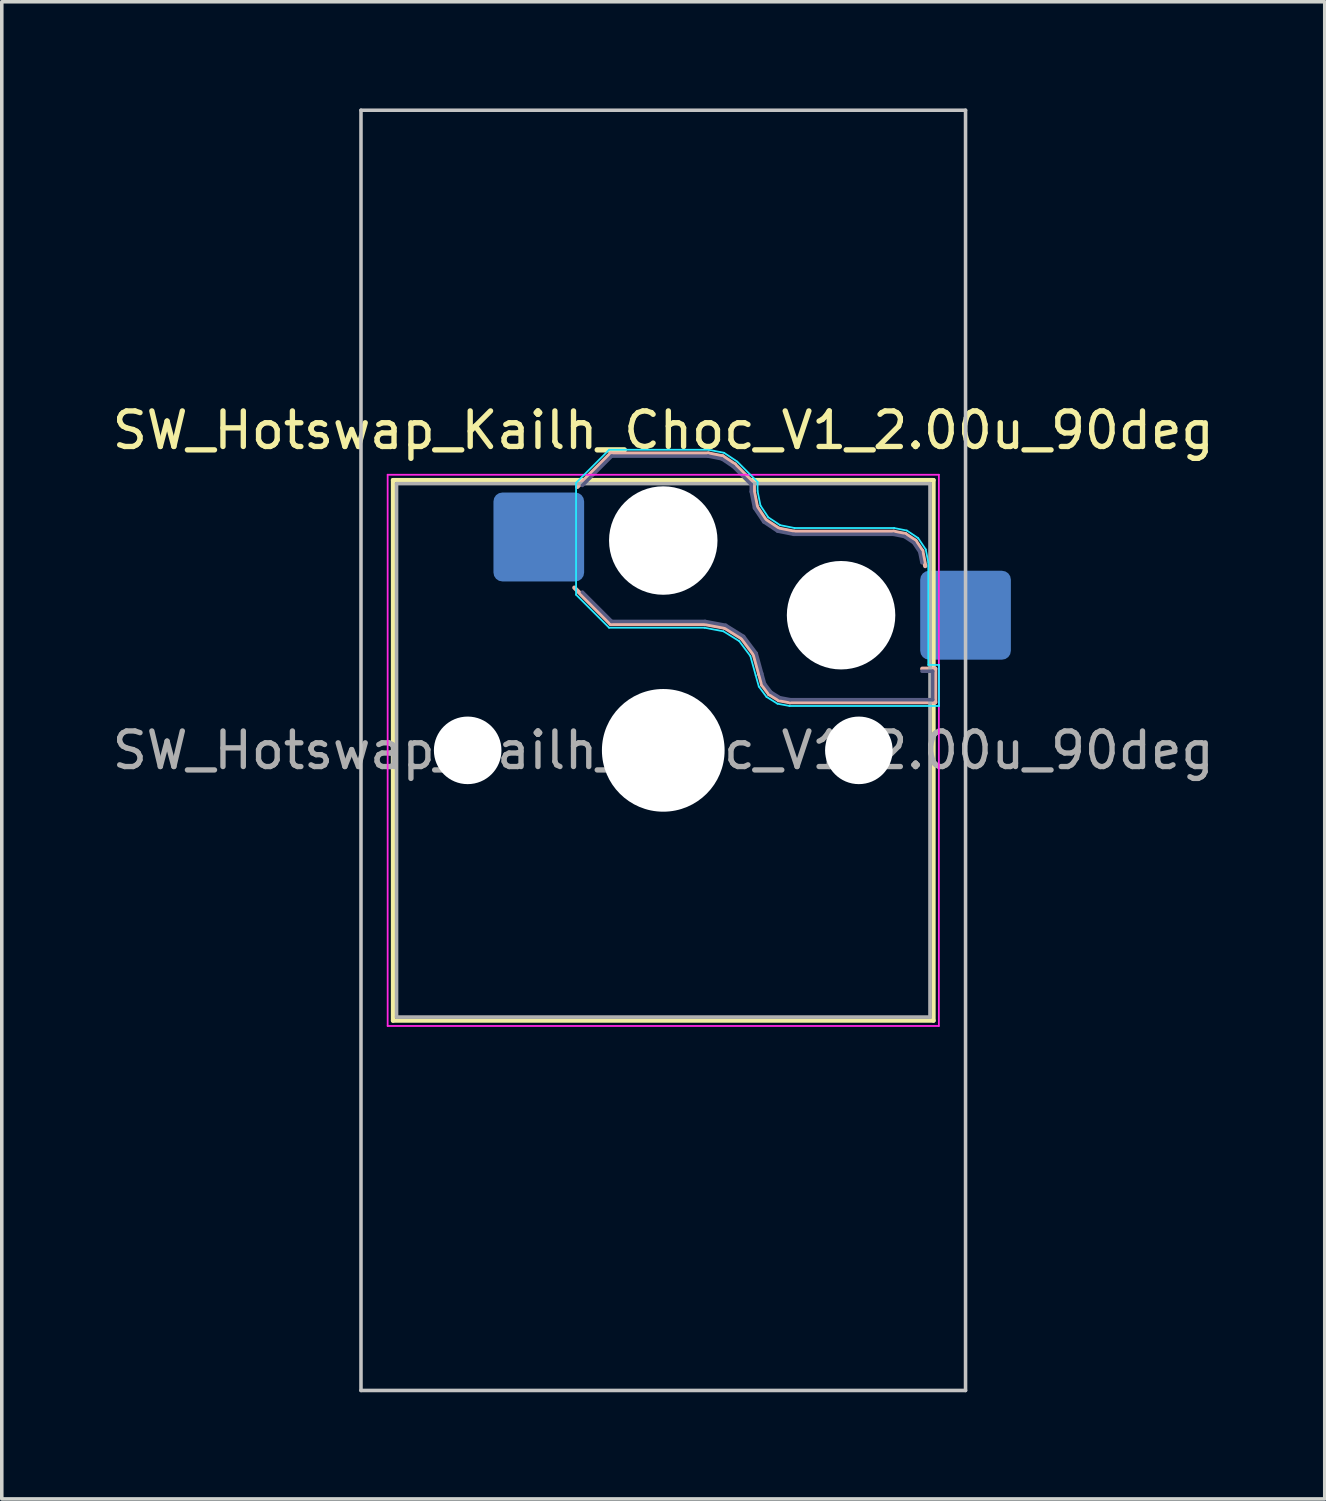
<source format=kicad_pcb>
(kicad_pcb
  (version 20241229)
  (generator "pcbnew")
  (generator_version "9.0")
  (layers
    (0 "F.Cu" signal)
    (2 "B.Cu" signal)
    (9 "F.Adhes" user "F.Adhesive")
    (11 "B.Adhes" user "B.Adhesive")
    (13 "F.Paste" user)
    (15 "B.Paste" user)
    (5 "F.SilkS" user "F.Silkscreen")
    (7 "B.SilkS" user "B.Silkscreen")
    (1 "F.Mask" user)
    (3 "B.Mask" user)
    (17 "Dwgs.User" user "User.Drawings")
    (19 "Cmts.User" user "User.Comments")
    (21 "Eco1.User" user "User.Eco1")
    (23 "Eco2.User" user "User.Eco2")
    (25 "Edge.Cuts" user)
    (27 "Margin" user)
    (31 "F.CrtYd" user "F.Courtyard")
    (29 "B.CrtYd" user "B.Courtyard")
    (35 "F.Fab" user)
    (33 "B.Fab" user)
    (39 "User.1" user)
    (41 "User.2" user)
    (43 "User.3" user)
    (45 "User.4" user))
  (footprint "SW_Hotswap_Kailh_Choc_V1_2.00u_90deg"
    (layer "F.Cu")
    (at 15.601 18.05)
    (property "Reference" "SW_Hotswap_Kailh_Choc_V1_2.00u_90deg" (at 0 -9 0) (layer "F.SilkS") (effects (font (size 1 1) (thickness 0.15))))
    (attr smd)
    (fp_line (start -7.6 -7.6) (end -7.6 7.6) (stroke (width 0.12) (type solid)) (layer "F.SilkS"))
    (fp_line (start -7.6 7.6) (end 7.6 7.6) (stroke (width 0.12) (type solid)) (layer "F.SilkS"))
    (fp_line (start 7.6 -7.6) (end -7.6 -7.6) (stroke (width 0.12) (type solid)) (layer "F.SilkS"))
    (fp_line (start 7.6 7.6) (end 7.6 -7.6) (stroke (width 0.12) (type solid)) (layer "F.SilkS"))
    (fp_line (start -2.416 -7.409) (end -1.479 -8.346) (stroke (width 0.12) (type solid)) (layer "B.SilkS"))
    (fp_line (start -1.479 -8.346) (end 1.268 -8.346) (stroke (width 0.12) (type solid)) (layer "B.SilkS"))
    (fp_line (start -1.479 -3.554) (end -2.5 -4.575) (stroke (width 0.12) (type solid)) (layer "B.SilkS"))
    (fp_line (start 1.168 -3.554) (end -1.479 -3.554) (stroke (width 0.12) (type solid)) (layer "B.SilkS"))
    (fp_line (start 1.268 -8.346) (end 1.671 -8.266) (stroke (width 0.12) (type solid)) (layer "B.SilkS"))
    (fp_line (start 1.671 -8.266) (end 2.013 -8.037) (stroke (width 0.12) (type solid)) (layer "B.SilkS"))
    (fp_line (start 1.73 -3.449) (end 1.168 -3.554) (stroke (width 0.12) (type solid)) (layer "B.SilkS"))
    (fp_line (start 2.013 -8.037) (end 2.546 -7.504) (stroke (width 0.12) (type solid)) (layer "B.SilkS"))
    (fp_line (start 2.209 -3.15) (end 1.73 -3.449) (stroke (width 0.12) (type solid)) (layer "B.SilkS"))
    (fp_line (start 2.546 -7.504) (end 2.546 -7.282) (stroke (width 0.12) (type solid)) (layer "B.SilkS"))
    (fp_line (start 2.546 -7.282) (end 2.633 -6.844) (stroke (width 0.12) (type solid)) (layer "B.SilkS"))
    (fp_line (start 2.547 -2.697) (end 2.209 -3.15) (stroke (width 0.12) (type solid)) (layer "B.SilkS"))
    (fp_line (start 2.633 -6.844) (end 2.877 -6.477) (stroke (width 0.12) (type solid)) (layer "B.SilkS"))
    (fp_line (start 2.701 -2.139) (end 2.547 -2.697) (stroke (width 0.12) (type solid)) (layer "B.SilkS"))
    (fp_line (start 2.783 -1.841) (end 2.701 -2.139) (stroke (width 0.12) (type solid)) (layer "B.SilkS"))
    (fp_line (start 2.877 -6.477) (end 3.244 -6.233) (stroke (width 0.12) (type solid)) (layer "B.SilkS"))
    (fp_line (start 2.976 -1.583) (end 2.783 -1.841) (stroke (width 0.12) (type solid)) (layer "B.SilkS"))
    (fp_line (start 3.244 -6.233) (end 3.682 -6.146) (stroke (width 0.12) (type solid)) (layer "B.SilkS"))
    (fp_line (start 3.25 -1.413) (end 2.976 -1.583) (stroke (width 0.12) (type solid)) (layer "B.SilkS"))
    (fp_line (start 3.56 -1.354) (end 3.25 -1.413) (stroke (width 0.12) (type solid)) (layer "B.SilkS"))
    (fp_line (start 3.682 -6.146) (end 6.482 -6.146) (stroke (width 0.12) (type solid)) (layer "B.SilkS"))
    (fp_line (start 6.482 -6.146) (end 6.809 -6.081) (stroke (width 0.12) (type solid)) (layer "B.SilkS"))
    (fp_line (start 6.809 -6.081) (end 7.092 -5.892) (stroke (width 0.12) (type solid)) (layer "B.SilkS"))
    (fp_line (start 7.092 -5.892) (end 7.281 -5.609) (stroke (width 0.12) (type solid)) (layer "B.SilkS"))
    (fp_line (start 7.281 -5.609) (end 7.366 -5.182) (stroke (width 0.12) (type solid)) (layer "B.SilkS"))
    (fp_line (start 7.283 -2.296) (end 7.646 -2.296) (stroke (width 0.12) (type solid)) (layer "B.SilkS"))
    (fp_line (start 7.646 -2.296) (end 7.646 -1.354) (stroke (width 0.12) (type solid)) (layer "B.SilkS"))
    (fp_line (start 7.646 -1.354) (end 3.56 -1.354) (stroke (width 0.12) (type solid)) (layer "B.SilkS"))
    (fp_line (start -8.5 -18) (end 8.5 -18) (stroke (width 0.1) (type solid)) (layer "Dwgs.User"))
    (fp_line (start -8.5 18) (end -8.5 -18) (stroke (width 0.1) (type solid)) (layer "Dwgs.User"))
    (fp_line (start 8.5 -18) (end 8.5 18) (stroke (width 0.1) (type solid)) (layer "Dwgs.User"))
    (fp_line (start 8.5 18) (end -8.5 18) (stroke (width 0.1) (type solid)) (layer "Dwgs.User"))
    (fp_line (start -7.25 -7.25) (end -7.25 7.25) (stroke (width 0.1) (type solid)) (layer "Eco1.User"))
    (fp_line (start -7.25 7.25) (end 7.25 7.25) (stroke (width 0.1) (type solid)) (layer "Eco1.User"))
    (fp_line (start 7.25 -7.25) (end -7.25 -7.25) (stroke (width 0.1) (type solid)) (layer "Eco1.User"))
    (fp_line (start 7.25 7.25) (end 7.25 -7.25) (stroke (width 0.1) (type solid)) (layer "Eco1.User"))
    (fp_line (start -2.452 -7.523) (end -1.523 -8.452) (stroke (width 0.05) (type solid)) (layer "B.CrtYd"))
    (fp_line (start -2.452 -4.377) (end -2.452 -7.523) (stroke (width 0.05) (type solid)) (layer "B.CrtYd"))
    (fp_line (start -1.523 -8.452) (end 1.278 -8.452) (stroke (width 0.05) (type solid)) (layer "B.CrtYd"))
    (fp_line (start -1.523 -3.448) (end -2.452 -4.377) (stroke (width 0.05) (type solid)) (layer "B.CrtYd"))
    (fp_line (start 1.159 -3.448) (end -1.523 -3.448) (stroke (width 0.05) (type solid)) (layer "B.CrtYd"))
    (fp_line (start 1.278 -8.452) (end 1.712 -8.366) (stroke (width 0.05) (type solid)) (layer "B.CrtYd"))
    (fp_line (start 1.691 -3.348) (end 1.159 -3.448) (stroke (width 0.05) (type solid)) (layer "B.CrtYd"))
    (fp_line (start 1.712 -8.366) (end 2.081 -8.119) (stroke (width 0.05) (type solid)) (layer "B.CrtYd"))
    (fp_line (start 2.081 -8.119) (end 2.652 -7.548) (stroke (width 0.05) (type solid)) (layer "B.CrtYd"))
    (fp_line (start 2.136 -3.071) (end 1.691 -3.348) (stroke (width 0.05) (type solid)) (layer "B.CrtYd"))
    (fp_line (start 2.45 -2.65) (end 2.136 -3.071) (stroke (width 0.05) (type solid)) (layer "B.CrtYd"))
    (fp_line (start 2.599 -2.111) (end 2.45 -2.65) (stroke (width 0.05) (type solid)) (layer "B.CrtYd"))
    (fp_line (start 2.652 -7.548) (end 2.652 -7.292) (stroke (width 0.05) (type solid)) (layer "B.CrtYd"))
    (fp_line (start 2.652 -7.292) (end 2.733 -6.885) (stroke (width 0.05) (type solid)) (layer "B.CrtYd"))
    (fp_line (start 2.687 -1.794) (end 2.599 -2.111) (stroke (width 0.05) (type solid)) (layer "B.CrtYd"))
    (fp_line (start 2.733 -6.885) (end 2.953 -6.553) (stroke (width 0.05) (type solid)) (layer "B.CrtYd"))
    (fp_line (start 2.903 -1.503) (end 2.687 -1.794) (stroke (width 0.05) (type solid)) (layer "B.CrtYd"))
    (fp_line (start 2.953 -6.553) (end 3.285 -6.333) (stroke (width 0.05) (type solid)) (layer "B.CrtYd"))
    (fp_line (start 3.211 -1.312) (end 2.903 -1.503) (stroke (width 0.05) (type solid)) (layer "B.CrtYd"))
    (fp_line (start 3.285 -6.333) (end 3.692 -6.252) (stroke (width 0.05) (type solid)) (layer "B.CrtYd"))
    (fp_line (start 3.55 -1.248) (end 3.211 -1.312) (stroke (width 0.05) (type solid)) (layer "B.CrtYd"))
    (fp_line (start 3.692 -6.252) (end 6.492 -6.252) (stroke (width 0.05) (type solid)) (layer "B.CrtYd"))
    (fp_line (start 6.492 -6.252) (end 6.85 -6.181) (stroke (width 0.05) (type solid)) (layer "B.CrtYd"))
    (fp_line (start 6.85 -6.181) (end 7.168 -5.968) (stroke (width 0.05) (type solid)) (layer "B.CrtYd"))
    (fp_line (start 7.168 -5.968) (end 7.381 -5.65) (stroke (width 0.05) (type solid)) (layer "B.CrtYd"))
    (fp_line (start 7.381 -5.65) (end 7.452 -5.292) (stroke (width 0.05) (type solid)) (layer "B.CrtYd"))
    (fp_line (start 7.452 -5.292) (end 7.452 -2.402) (stroke (width 0.05) (type solid)) (layer "B.CrtYd"))
    (fp_line (start 7.452 -2.402) (end 7.752 -2.402) (stroke (width 0.05) (type solid)) (layer "B.CrtYd"))
    (fp_line (start 7.752 -2.402) (end 7.752 -1.248) (stroke (width 0.05) (type solid)) (layer "B.CrtYd"))
    (fp_line (start 7.752 -1.248) (end 3.55 -1.248) (stroke (width 0.05) (type solid)) (layer "B.CrtYd"))
    (fp_line (start -7.75 -7.75) (end -7.75 7.75) (stroke (width 0.05) (type solid)) (layer "F.CrtYd"))
    (fp_line (start -7.75 7.75) (end 7.75 7.75) (stroke (width 0.05) (type solid)) (layer "F.CrtYd"))
    (fp_line (start 7.75 -7.75) (end -7.75 -7.75) (stroke (width 0.05) (type solid)) (layer "F.CrtYd"))
    (fp_line (start 7.75 7.75) (end 7.75 -7.75) (stroke (width 0.05) (type solid)) (layer "F.CrtYd"))
    (fp_line (start -2.275 -7.45) (end -1.45 -8.275) (stroke (width 0.1) (type solid)) (layer "B.Fab"))
    (fp_line (start -1.45 -8.275) (end 1.261 -8.275) (stroke (width 0.1) (type solid)) (layer "B.Fab"))
    (fp_line (start -1.45 -3.625) (end -2.275 -4.45) (stroke (width 0.1) (type solid)) (layer "B.Fab"))
    (fp_line (start 1.175 -3.625) (end -1.45 -3.625) (stroke (width 0.1) (type solid)) (layer "B.Fab"))
    (fp_line (start 1.261 -8.275) (end 1.643 -8.199) (stroke (width 0.1) (type solid)) (layer "B.Fab"))
    (fp_line (start 1.643 -8.199) (end 1.968 -7.982) (stroke (width 0.1) (type solid)) (layer "B.Fab"))
    (fp_line (start 1.756 -3.516) (end 1.175 -3.625) (stroke (width 0.1) (type solid)) (layer "B.Fab"))
    (fp_line (start 1.968 -7.982) (end 2.475 -7.475) (stroke (width 0.1) (type solid)) (layer "B.Fab"))
    (fp_line (start 2.258 -3.203) (end 1.756 -3.516) (stroke (width 0.1) (type solid)) (layer "B.Fab"))
    (fp_line (start 2.475 -7.475) (end 2.475 -7.275) (stroke (width 0.1) (type solid)) (layer "B.Fab"))
    (fp_line (start 2.475 -7.275) (end 2.566 -6.816) (stroke (width 0.1) (type solid)) (layer "B.Fab"))
    (fp_line (start 2.566 -6.816) (end 2.826 -6.426) (stroke (width 0.1) (type solid)) (layer "B.Fab"))
    (fp_line (start 2.612 -2.729) (end 2.258 -3.203) (stroke (width 0.1) (type solid)) (layer "B.Fab"))
    (fp_line (start 2.769 -2.158) (end 2.612 -2.729) (stroke (width 0.1) (type solid)) (layer "B.Fab"))
    (fp_line (start 2.826 -6.426) (end 3.216 -6.166) (stroke (width 0.1) (type solid)) (layer "B.Fab"))
    (fp_line (start 2.848 -1.873) (end 2.769 -2.158) (stroke (width 0.1) (type solid)) (layer "B.Fab"))
    (fp_line (start 3.025 -1.636) (end 2.848 -1.873) (stroke (width 0.1) (type solid)) (layer "B.Fab"))
    (fp_line (start 3.216 -6.166) (end 3.675 -6.075) (stroke (width 0.1) (type solid)) (layer "B.Fab"))
    (fp_line (start 3.276 -1.48) (end 3.025 -1.636) (stroke (width 0.1) (type solid)) (layer "B.Fab"))
    (fp_line (start 3.567 -1.425) (end 3.276 -1.48) (stroke (width 0.1) (type solid)) (layer "B.Fab"))
    (fp_line (start 3.675 -6.075) (end 6.475 -6.075) (stroke (width 0.1) (type solid)) (layer "B.Fab"))
    (fp_line (start 6.475 -6.075) (end 6.781 -6.014) (stroke (width 0.1) (type solid)) (layer "B.Fab"))
    (fp_line (start 6.781 -6.014) (end 7.041 -5.841) (stroke (width 0.1) (type solid)) (layer "B.Fab"))
    (fp_line (start 7.041 -5.841) (end 7.214 -5.581) (stroke (width 0.1) (type solid)) (layer "B.Fab"))
    (fp_line (start 7.214 -5.581) (end 7.275 -5.275) (stroke (width 0.1) (type solid)) (layer "B.Fab"))
    (fp_line (start 7.275 -2.225) (end 7.575 -2.225) (stroke (width 0.1) (type solid)) (layer "B.Fab"))
    (fp_line (start 7.575 -2.225) (end 7.575 -1.425) (stroke (width 0.1) (type solid)) (layer "B.Fab"))
    (fp_line (start 7.575 -1.425) (end 3.567 -1.425) (stroke (width 0.1) (type solid)) (layer "B.Fab"))
    (fp_line (start -7.5 -7.5) (end -7.5 7.5) (stroke (width 0.1) (type solid)) (layer "F.Fab"))
    (fp_line (start -7.5 7.5) (end 7.5 7.5) (stroke (width 0.1) (type solid)) (layer "F.Fab"))
    (fp_line (start 7.5 -7.5) (end -7.5 -7.5) (stroke (width 0.1) (type solid)) (layer "F.Fab"))
    (fp_line (start 7.5 7.5) (end 7.5 -7.5) (stroke (width 0.1) (type solid)) (layer "F.Fab"))
    (fp_text user "${REFERENCE}" (at 0 0 0) (layer "F.Fab") (effects (font (size 1 1) (thickness 0.15))))
    (pad "" np_thru_hole circle (at -5.5 0) (size 1.9 1.9) (drill 1.9) (layers "*.Cu" "*.Mask"))
    (pad "" np_thru_hole circle (at 0 -5.9) (size 3.05 3.05) (drill 3.05) (layers "*.Cu" "*.Mask"))
    (pad "" np_thru_hole circle (at 0 0) (size 3.45 3.45) (drill 3.45) (layers "*.Cu" "*.Mask"))
    (pad "" np_thru_hole circle (at 5 -3.8) (size 3.05 3.05) (drill 3.05) (layers "*.Cu" "*.Mask"))
    (pad "" np_thru_hole circle (at 5.5 0) (size 1.9 1.9) (drill 1.9) (layers "*.Cu" "*.Mask"))
    (pad "1" smd roundrect (at -3.5 -6) (size 2.55 2.5) (layers "B.Cu" "B.Mask" "B.Paste") (roundrect_rratio 0.1))
    (pad "2" smd roundrect (at 8.5 -3.8) (size 2.55 2.5) (layers "B.Cu" "B.Mask" "B.Paste") (roundrect_rratio 0.1)))
  (gr_rect
    (start -3 -3)
    (end 34.202 39.1)
    (stroke (width 0.1) (type default))
    (fill no)
    (layer "Edge.Cuts")))
</source>
